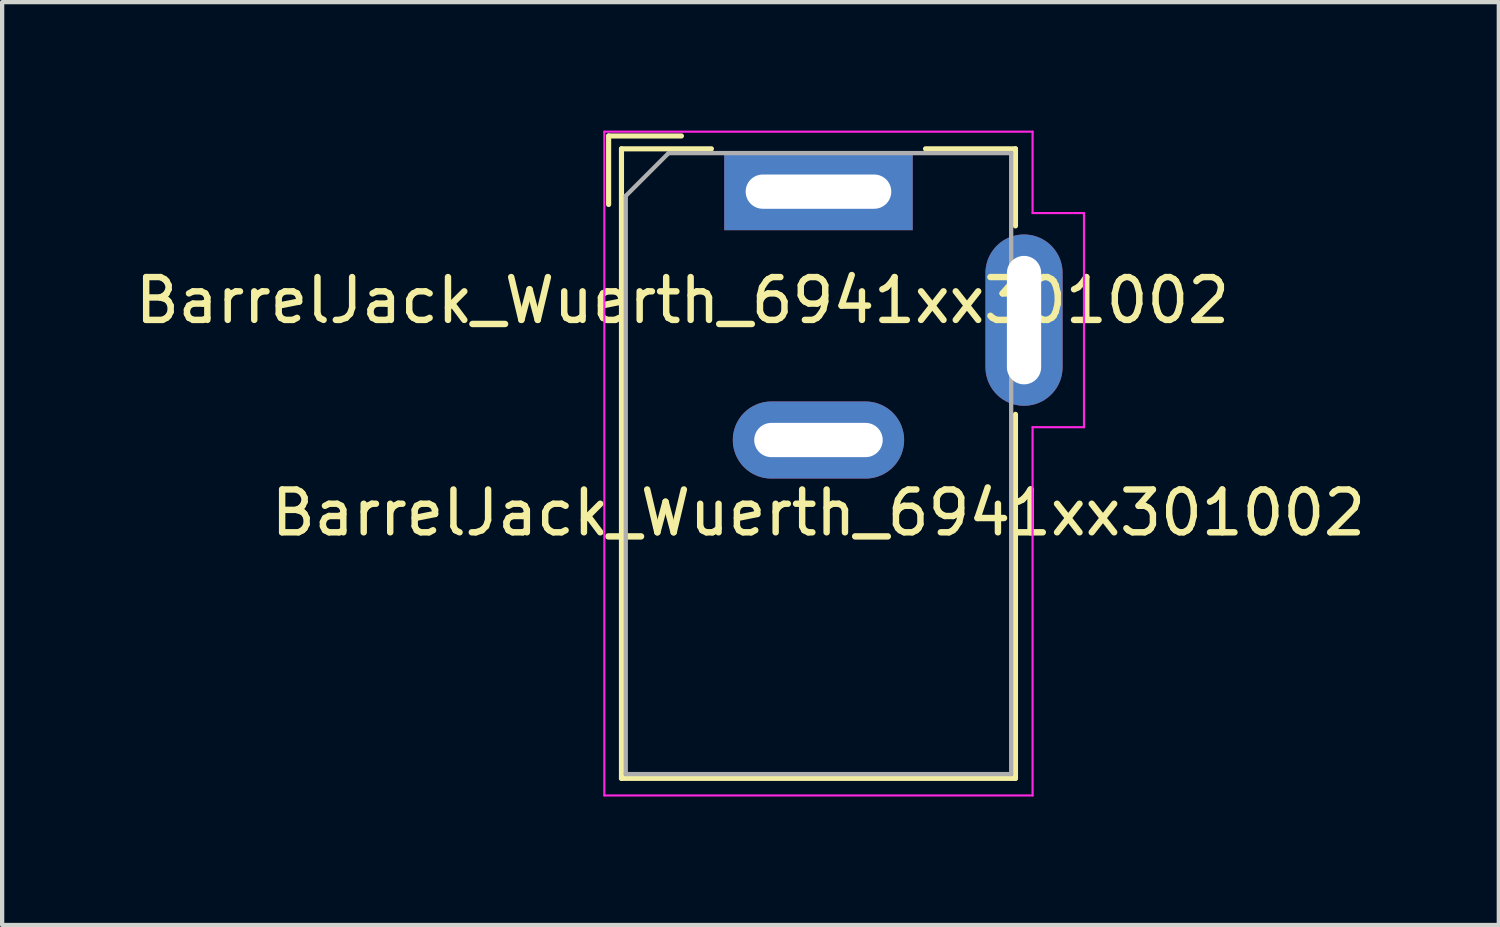
<source format=kicad_pcb>
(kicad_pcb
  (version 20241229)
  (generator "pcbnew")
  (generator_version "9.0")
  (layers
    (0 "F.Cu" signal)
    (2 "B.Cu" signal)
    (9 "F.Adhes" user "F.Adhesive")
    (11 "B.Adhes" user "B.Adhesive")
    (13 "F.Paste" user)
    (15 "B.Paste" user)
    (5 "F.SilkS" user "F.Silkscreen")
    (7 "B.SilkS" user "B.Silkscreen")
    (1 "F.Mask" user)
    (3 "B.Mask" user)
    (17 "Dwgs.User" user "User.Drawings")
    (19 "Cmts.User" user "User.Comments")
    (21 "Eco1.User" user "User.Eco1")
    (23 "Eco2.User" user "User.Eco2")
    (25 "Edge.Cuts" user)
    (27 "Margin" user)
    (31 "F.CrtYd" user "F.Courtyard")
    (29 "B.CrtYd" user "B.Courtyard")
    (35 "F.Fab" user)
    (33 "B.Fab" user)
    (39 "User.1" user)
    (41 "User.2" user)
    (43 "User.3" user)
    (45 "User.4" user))
  (footprint "BarrelJack_Wuerth_6941xx301002"
    (layer "F.Cu")
    (at 16.062 1.425)
    (property "Reference" "BarrelJack_Wuerth_6941xx301002" (at -3.175 2.54 0) (layer "F.SilkS") (effects (font (size 1 1) (thickness 0.15))))
    (property "Value" "BarrelJack_Wuerth_6941xx301002" (at 0 15.5 0) (layer "F.Fab") (hide yes) (effects (font (size 1 1) (thickness 0.15))))
    (attr through_hole)
    (fp_line (start -4.9 -1.3) (end -4.9 0.3) (stroke (width 0.12) (type solid)) (layer "F.SilkS"))
    (fp_line (start -4.6 -1) (end -2.5 -1) (stroke (width 0.12) (type solid)) (layer "F.SilkS"))
    (fp_line (start -4.6 13.7) (end -4.6 -1) (stroke (width 0.12) (type solid)) (layer "F.SilkS"))
    (fp_line (start -3.2 -1.3) (end -4.9 -1.3) (stroke (width 0.12) (type solid)) (layer "F.SilkS"))
    (fp_line (start 2.5 -1) (end 4.6 -1) (stroke (width 0.12) (type solid)) (layer "F.SilkS"))
    (fp_line (start 4.6 -1) (end 4.6 0.8) (stroke (width 0.12) (type solid)) (layer "F.SilkS"))
    (fp_line (start 4.6 5.2) (end 4.6 13.7) (stroke (width 0.12) (type solid)) (layer "F.SilkS"))
    (fp_line (start 4.6 13.7) (end -4.6 13.7) (stroke (width 0.12) (type solid)) (layer "F.SilkS"))
    (fp_line (start -5 -1.4) (end -5 14.1) (stroke (width 0.05) (type solid)) (layer "F.CrtYd"))
    (fp_line (start -5 14.1) (end 5 14.1) (stroke (width 0.05) (type solid)) (layer "F.CrtYd"))
    (fp_line (start 5 -1.4) (end -5 -1.4) (stroke (width 0.05) (type solid)) (layer "F.CrtYd"))
    (fp_line (start 5 0.5) (end 5 -1.4) (stroke (width 0.05) (type solid)) (layer "F.CrtYd"))
    (fp_line (start 5 14.1) (end 5 5.5) (stroke (width 0.05) (type solid)) (layer "F.CrtYd"))
    (fp_line (start 6.2 0.5) (end 5 0.5) (stroke (width 0.05) (type solid)) (layer "F.CrtYd"))
    (fp_line (start 6.2 0.5) (end 6.2 5.5) (stroke (width 0.05) (type solid)) (layer "F.CrtYd"))
    (fp_line (start 6.2 5.5) (end 5 5.5) (stroke (width 0.05) (type solid)) (layer "F.CrtYd"))
    (fp_line (start -4.5 0.1) (end -3.5 -0.9) (stroke (width 0.1) (type solid)) (layer "F.Fab"))
    (fp_line (start -4.5 13.6) (end -4.5 0.1) (stroke (width 0.1) (type solid)) (layer "F.Fab"))
    (fp_line (start 4.5 -0.9) (end -3.5 -0.9) (stroke (width 0.1) (type solid)) (layer "F.Fab"))
    (fp_line (start 4.5 -0.9) (end 4.5 13.6) (stroke (width 0.1) (type solid)) (layer "F.Fab"))
    (fp_line (start 4.5 13.6) (end -4.5 13.6) (stroke (width 0.1) (type solid)) (layer "F.Fab"))
    (fp_text user "${VALUE}" (at 0 7.5 0) (layer "F.SilkS") (effects (font (size 1 1) (thickness 0.15))))
    (pad "1" thru_hole rect (at 0 0) (size 4.4 1.8) (drill oval 3.4 0.8) (layers "*.Cu" "*.Mask"))
    (pad "2" thru_hole oval (at 0 5.8) (size 4 1.8) (drill oval 3 0.8) (layers "*.Cu" "*.Mask"))
    (pad "3" thru_hole oval (at 4.8 3 90) (size 4 1.8) (drill oval 3 0.8) (layers "*.Cu" "*.Mask")))
  (gr_rect
    (start -3 -3)
    (end 31.949 18.55)
    (stroke (width 0.1) (type default))
    (fill no)
    (layer "Edge.Cuts")))
</source>
